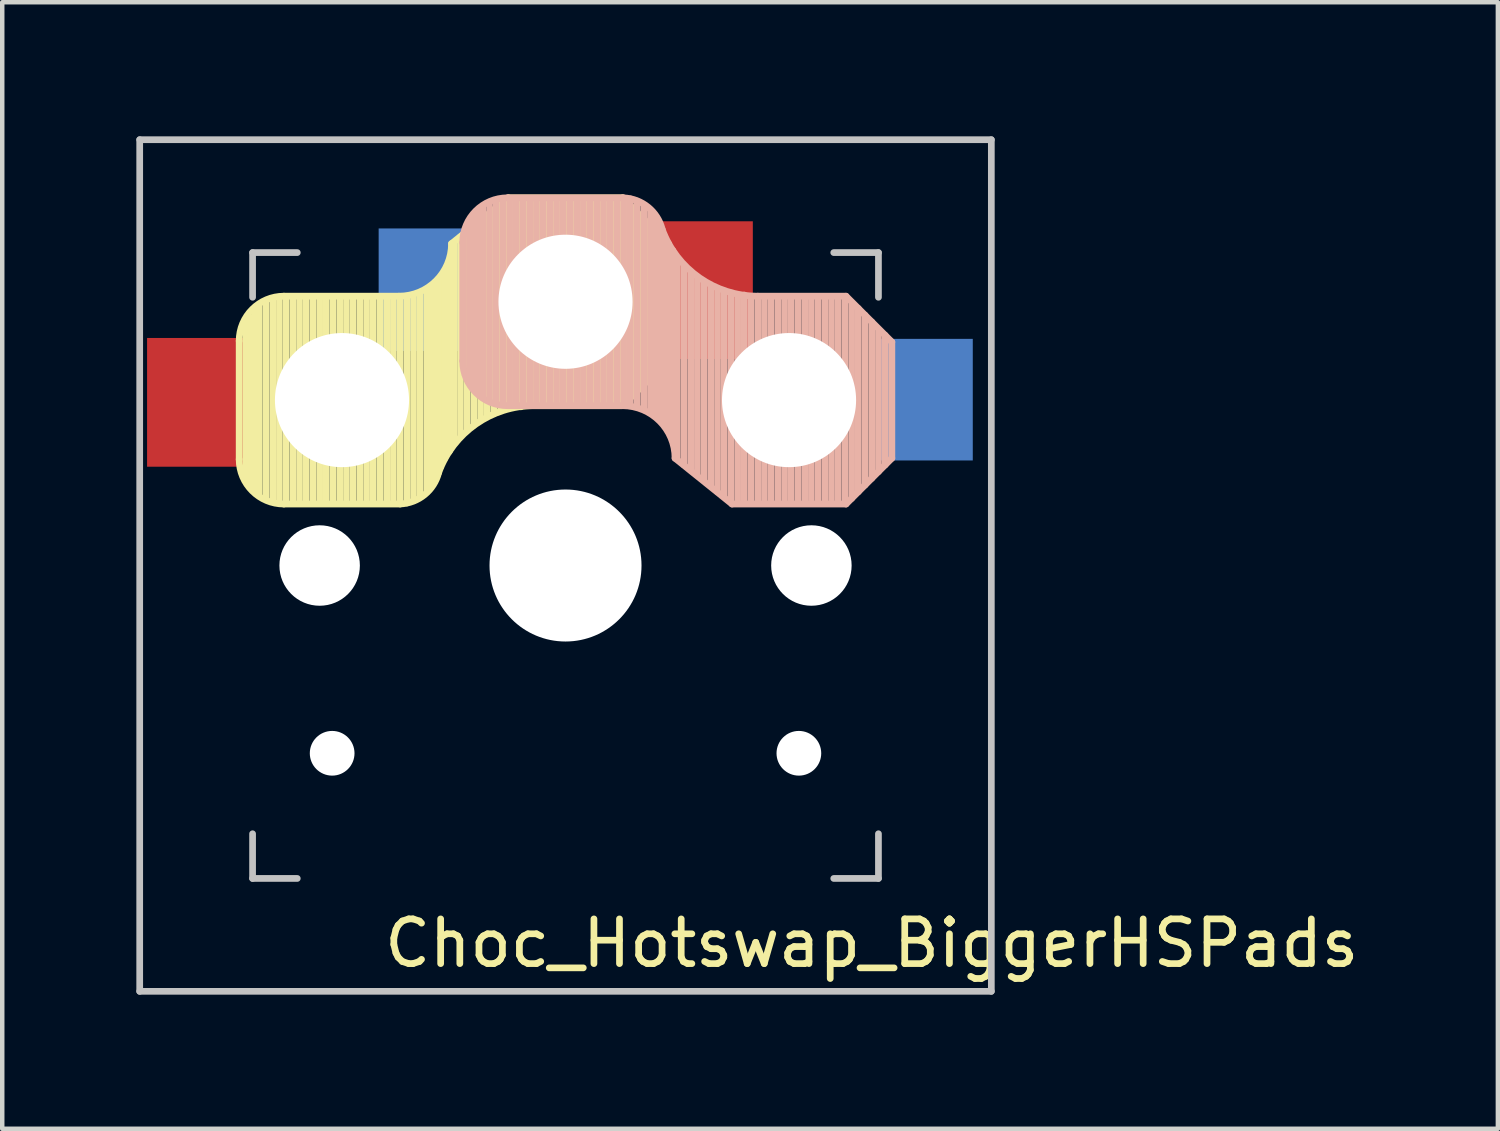
<source format=kicad_pcb>
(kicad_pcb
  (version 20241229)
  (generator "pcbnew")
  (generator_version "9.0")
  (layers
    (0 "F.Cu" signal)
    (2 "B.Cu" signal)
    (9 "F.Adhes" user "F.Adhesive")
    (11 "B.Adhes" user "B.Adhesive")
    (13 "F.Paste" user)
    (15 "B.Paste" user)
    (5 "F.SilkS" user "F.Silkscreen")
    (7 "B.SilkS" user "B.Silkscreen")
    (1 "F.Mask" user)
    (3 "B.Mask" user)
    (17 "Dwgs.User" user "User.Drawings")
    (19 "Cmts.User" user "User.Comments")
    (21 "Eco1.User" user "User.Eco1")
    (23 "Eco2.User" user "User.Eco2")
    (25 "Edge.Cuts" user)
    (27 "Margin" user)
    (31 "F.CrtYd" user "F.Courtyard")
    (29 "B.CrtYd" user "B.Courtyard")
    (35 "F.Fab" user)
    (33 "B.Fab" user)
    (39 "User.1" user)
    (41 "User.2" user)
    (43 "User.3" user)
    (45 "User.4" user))
  (footprint "Choc_Hotswap_BiggerHSPads"
    (layer "F.Cu")
    (at 9.6 9.6)
    (property "Reference" "Choc_Hotswap_BiggerHSPads" (at 6.85 8.45 0) (layer "F.SilkS") (effects (font (size 1 1) (thickness 0.15))))
    (attr through_hole)
    (fp_line (start -7.3 -5.025) (end -7.3 -2.375) (stroke (width 0.15) (type solid)) (layer "F.SilkS"))
    (fp_line (start -7.15 -1.95) (end -7.15 -5.5) (stroke (width 0.15) (type solid)) (layer "F.SilkS"))
    (fp_line (start -7.05 -1.8) (end -7.05 -5.55) (stroke (width 0.15) (type solid)) (layer "F.SilkS"))
    (fp_line (start -6.95 -1.7) (end -6.95 -5.65) (stroke (width 0.15) (type solid)) (layer "F.SilkS"))
    (fp_line (start -6.85 -1.6) (end -6.85 -5.8) (stroke (width 0.15) (type solid)) (layer "F.SilkS"))
    (fp_line (start -6.7 -1.5) (end -6.7 -5.9) (stroke (width 0.15) (type solid)) (layer "F.SilkS"))
    (fp_line (start -6.55 -1.45) (end -6.55 -5.95) (stroke (width 0.15) (type solid)) (layer "F.SilkS"))
    (fp_line (start -6.4 -1.4) (end -6.4 -5.95) (stroke (width 0.15) (type solid)) (layer "F.SilkS"))
    (fp_line (start -6.3 -6.025) (end -3.725 -6.025) (stroke (width 0.15) (type solid)) (layer "F.SilkS"))
    (fp_line (start -6.3 -1.375) (end -3.7 -1.375) (stroke (width 0.15) (type solid)) (layer "F.SilkS"))
    (fp_line (start -6.25 -1.4) (end -6.25 -6) (stroke (width 0.15) (type solid)) (layer "F.SilkS"))
    (fp_line (start -6.1 -1.4) (end -6.1 -6) (stroke (width 0.15) (type solid)) (layer "F.SilkS"))
    (fp_line (start -5.95 -1.4) (end -5.95 -6) (stroke (width 0.15) (type solid)) (layer "F.SilkS"))
    (fp_line (start -5.8 -1.4) (end -5.8 -6) (stroke (width 0.15) (type solid)) (layer "F.SilkS"))
    (fp_line (start -5.65 -1.4) (end -5.65 -6) (stroke (width 0.15) (type solid)) (layer "F.SilkS"))
    (fp_line (start -5.5 -1.4) (end -5.5 -6) (stroke (width 0.15) (type solid)) (layer "F.SilkS"))
    (fp_line (start -5.35 -1.4) (end -5.35 -6) (stroke (width 0.15) (type solid)) (layer "F.SilkS"))
    (fp_line (start -5.2 -1.4) (end -5.2 -6) (stroke (width 0.15) (type solid)) (layer "F.SilkS"))
    (fp_line (start -5.05 -1.4) (end -5.05 -6) (stroke (width 0.15) (type solid)) (layer "F.SilkS"))
    (fp_line (start -4.9 -1.4) (end -4.9 -6) (stroke (width 0.15) (type solid)) (layer "F.SilkS"))
    (fp_line (start -4.75 -1.4) (end -4.75 -6) (stroke (width 0.15) (type solid)) (layer "F.SilkS"))
    (fp_line (start -4.6 -1.4) (end -4.6 -6) (stroke (width 0.15) (type solid)) (layer "F.SilkS"))
    (fp_line (start -4.45 -1.4) (end -4.45 -6) (stroke (width 0.15) (type solid)) (layer "F.SilkS"))
    (fp_line (start -4.3 -1.4) (end -4.3 -6) (stroke (width 0.15) (type solid)) (layer "F.SilkS"))
    (fp_line (start -4.15 -1.4) (end -4.15 -6) (stroke (width 0.15) (type solid)) (layer "F.SilkS"))
    (fp_line (start -4 -1.4) (end -4 -6) (stroke (width 0.15) (type solid)) (layer "F.SilkS"))
    (fp_line (start -3.85 -1.4) (end -3.85 -5.95) (stroke (width 0.15) (type solid)) (layer "F.SilkS"))
    (fp_line (start -3.7 -1.4) (end -3.7 -6) (stroke (width 0.15) (type solid)) (layer "F.SilkS"))
    (fp_line (start -3.55 -1.4) (end -3.55 -6) (stroke (width 0.15) (type solid)) (layer "F.SilkS"))
    (fp_line (start -3.4 -1.45) (end -3.4 -6) (stroke (width 0.15) (type solid)) (layer "F.SilkS"))
    (fp_line (start -3.25 -1.55) (end -3.25 -6.1) (stroke (width 0.15) (type solid)) (layer "F.SilkS"))
    (fp_line (start -3.1 -1.65) (end -3.1 -6.15) (stroke (width 0.15) (type solid)) (layer "F.SilkS"))
    (fp_line (start -3 -1.8) (end -3 -6.2) (stroke (width 0.15) (type solid)) (layer "F.SilkS"))
    (fp_line (start -2.9 -2.05) (end -2.9 -6.25) (stroke (width 0.15) (type solid)) (layer "F.SilkS"))
    (fp_line (start -2.8 -2.2) (end -2.8 -6.35) (stroke (width 0.15) (type solid)) (layer "F.SilkS"))
    (fp_line (start -2.7 -2.4) (end -2.7 -6.55) (stroke (width 0.15) (type solid)) (layer "F.SilkS"))
    (fp_line (start -2.6 -2.55) (end -2.6 -6.7) (stroke (width 0.15) (type solid)) (layer "F.SilkS"))
    (fp_line (start -2.5 -2.75) (end -2.5 -7.2) (stroke (width 0.15) (type solid)) (layer "F.SilkS"))
    (fp_line (start -2.35 -2.9) (end -2.35 -7.35) (stroke (width 0.15) (type solid)) (layer "F.SilkS"))
    (fp_line (start -2.2 -3.05) (end -2.2 -7.45) (stroke (width 0.15) (type solid)) (layer "F.SilkS"))
    (fp_line (start -2.05 -3.15) (end -2.05 -7.55) (stroke (width 0.15) (type solid)) (layer "F.SilkS"))
    (fp_line (start -1.9 -3.25) (end -1.9 -7.7) (stroke (width 0.15) (type solid)) (layer "F.SilkS"))
    (fp_line (start -1.75 -3.35) (end -1.75 -7.8) (stroke (width 0.15) (type solid)) (layer "F.SilkS"))
    (fp_line (start -1.6 -3.4) (end -1.6 -7.95) (stroke (width 0.15) (type solid)) (layer "F.SilkS"))
    (fp_line (start -1.45 -3.5) (end -1.45 -8.05) (stroke (width 0.15) (type solid)) (layer "F.SilkS"))
    (fp_line (start -1.3 -3.55) (end -1.3 -8.15) (stroke (width 0.15) (type solid)) (layer "F.SilkS"))
    (fp_line (start -1.275 -8.225) (end -2.55 -7.2) (stroke (width 0.15) (type solid)) (layer "F.SilkS"))
    (fp_line (start -1.275 -8.225) (end 1.275 -8.225) (stroke (width 0.15) (type solid)) (layer "F.SilkS"))
    (fp_line (start -1.15 -3.55) (end -1.15 -8.2) (stroke (width 0.15) (type solid)) (layer "F.SilkS"))
    (fp_line (start -1 -3.55) (end -1 -8.2) (stroke (width 0.15) (type solid)) (layer "F.SilkS"))
    (fp_line (start -0.85 -3.6) (end -0.85 -8.15) (stroke (width 0.15) (type solid)) (layer "F.SilkS"))
    (fp_line (start -0.7 -3.6) (end -0.7 -8.2) (stroke (width 0.15) (type solid)) (layer "F.SilkS"))
    (fp_line (start -0.7 -3.575) (end 1.275 -3.575) (stroke (width 0.15) (type solid)) (layer "F.SilkS"))
    (fp_line (start -0.55 -3.6) (end -0.55 -8.2) (stroke (width 0.15) (type solid)) (layer "F.SilkS"))
    (fp_line (start -0.4 -3.6) (end -0.4 -8.2) (stroke (width 0.15) (type solid)) (layer "F.SilkS"))
    (fp_line (start -0.25 -3.6) (end -0.25 -8.2) (stroke (width 0.15) (type solid)) (layer "F.SilkS"))
    (fp_line (start -0.1 -3.6) (end -0.1 -8.2) (stroke (width 0.15) (type solid)) (layer "F.SilkS"))
    (fp_line (start 0.05 -3.6) (end 0.05 -8.2) (stroke (width 0.15) (type solid)) (layer "F.SilkS"))
    (fp_line (start 0.2 -3.6) (end 0.2 -8.2) (stroke (width 0.15) (type solid)) (layer "F.SilkS"))
    (fp_line (start 0.35 -3.6) (end 0.35 -8.2) (stroke (width 0.15) (type solid)) (layer "F.SilkS"))
    (fp_line (start 0.5 -3.6) (end 0.5 -8.2) (stroke (width 0.15) (type solid)) (layer "F.SilkS"))
    (fp_line (start 0.65 -3.6) (end 0.65 -8.2) (stroke (width 0.15) (type solid)) (layer "F.SilkS"))
    (fp_line (start 0.8 -3.6) (end 0.8 -8.2) (stroke (width 0.15) (type solid)) (layer "F.SilkS"))
    (fp_line (start 0.95 -3.6) (end 0.95 -8.2) (stroke (width 0.15) (type solid)) (layer "F.SilkS"))
    (fp_line (start 1.1 -3.6) (end 1.1 -8.2) (stroke (width 0.15) (type solid)) (layer "F.SilkS"))
    (fp_line (start 1.25 -3.6) (end 1.25 -8.2) (stroke (width 0.15) (type solid)) (layer "F.SilkS"))
    (fp_line (start 1.4 -3.75) (end 1.4 -8.1) (stroke (width 0.15) (type solid)) (layer "F.SilkS"))
    (fp_line (start 1.55 -3.85) (end 1.55 -7.95) (stroke (width 0.15) (type solid)) (layer "F.SilkS"))
    (fp_line (start 1.7 -4) (end 1.7 -7.8) (stroke (width 0.15) (type solid)) (layer "F.SilkS"))
    (fp_line (start 1.85 -4.15) (end 1.85 -7.65) (stroke (width 0.15) (type solid)) (layer "F.SilkS"))
    (fp_line (start 2 -4.35) (end 2 -7.5) (stroke (width 0.15) (type solid)) (layer "F.SilkS"))
    (fp_line (start 2.15 -4.45) (end 2.15 -7.35) (stroke (width 0.15) (type solid)) (layer "F.SilkS"))
    (fp_line (start 2.3 -7.2) (end 1.275 -8.225) (stroke (width 0.15) (type solid)) (layer "F.SilkS"))
    (fp_line (start 2.3 -7.2) (end 2.3 -4.6) (stroke (width 0.15) (type solid)) (layer "F.SilkS"))
    (fp_line (start 2.3 -4.6) (end 1.275 -3.575) (stroke (width 0.15) (type solid)) (layer "F.SilkS"))
    (fp_arc (start -7.3 -5.025) (mid -7.007107 -5.732107) (end -6.3 -6.025) (stroke (width 0.15) (type solid)) (layer "F.SilkS"))
    (fp_arc (start -6.3 -1.375) (mid -7.007107 -1.667893) (end -7.3 -2.375) (stroke (width 0.15) (type solid)) (layer "F.SilkS"))
    (fp_arc (start -2.837801 -2.078096) (mid -3.151716 -1.583979) (end -3.699005 -1.376209) (stroke (width 0.15) (type solid)) (layer "F.SilkS"))
    (fp_arc (start -2.837801 -2.078096) (mid -2.004887 -3.163571) (end -0.7 -3.575) (stroke (width 0.15) (type solid)) (layer "F.SilkS"))
    (fp_arc (start -2.55 -7.2) (mid -2.89415 -6.36915) (end -3.725 -6.025) (stroke (width 0.15) (type solid)) (layer "F.SilkS"))
    (fp_line (start -2.3 -4.575) (end -2.3 -7.225) (stroke (width 0.15) (type solid)) (layer "B.SilkS"))
    (fp_line (start -2.15 -7.65) (end -2.15 -4.1) (stroke (width 0.15) (type solid)) (layer "B.SilkS"))
    (fp_line (start -2.05 -7.8) (end -2.05 -4.05) (stroke (width 0.15) (type solid)) (layer "B.SilkS"))
    (fp_line (start -1.95 -7.9) (end -1.95 -3.95) (stroke (width 0.15) (type solid)) (layer "B.SilkS"))
    (fp_line (start -1.85 -8) (end -1.85 -3.8) (stroke (width 0.15) (type solid)) (layer "B.SilkS"))
    (fp_line (start -1.7 -8.1) (end -1.7 -3.7) (stroke (width 0.15) (type solid)) (layer "B.SilkS"))
    (fp_line (start -1.55 -8.15) (end -1.55 -3.65) (stroke (width 0.15) (type solid)) (layer "B.SilkS"))
    (fp_line (start -1.4 -8.2) (end -1.4 -3.65) (stroke (width 0.15) (type solid)) (layer "B.SilkS"))
    (fp_line (start -1.3 -8.225) (end 1.3 -8.225) (stroke (width 0.15) (type solid)) (layer "B.SilkS"))
    (fp_line (start -1.3 -3.575) (end 1.275 -3.575) (stroke (width 0.15) (type solid)) (layer "B.SilkS"))
    (fp_line (start -1.25 -8.2) (end -1.25 -3.6) (stroke (width 0.15) (type solid)) (layer "B.SilkS"))
    (fp_line (start -1.1 -8.2) (end -1.1 -3.6) (stroke (width 0.15) (type solid)) (layer "B.SilkS"))
    (fp_line (start -0.95 -8.2) (end -0.95 -3.6) (stroke (width 0.15) (type solid)) (layer "B.SilkS"))
    (fp_line (start -0.8 -8.2) (end -0.8 -3.6) (stroke (width 0.15) (type solid)) (layer "B.SilkS"))
    (fp_line (start -0.65 -8.2) (end -0.65 -3.6) (stroke (width 0.15) (type solid)) (layer "B.SilkS"))
    (fp_line (start -0.5 -8.2) (end -0.5 -3.6) (stroke (width 0.15) (type solid)) (layer "B.SilkS"))
    (fp_line (start -0.35 -8.2) (end -0.35 -3.6) (stroke (width 0.15) (type solid)) (layer "B.SilkS"))
    (fp_line (start -0.2 -8.2) (end -0.2 -3.6) (stroke (width 0.15) (type solid)) (layer "B.SilkS"))
    (fp_line (start -0.05 -8.2) (end -0.05 -3.6) (stroke (width 0.15) (type solid)) (layer "B.SilkS"))
    (fp_line (start 0.1 -8.2) (end 0.1 -3.6) (stroke (width 0.15) (type solid)) (layer "B.SilkS"))
    (fp_line (start 0.25 -8.2) (end 0.25 -3.6) (stroke (width 0.15) (type solid)) (layer "B.SilkS"))
    (fp_line (start 0.4 -8.2) (end 0.4 -3.6) (stroke (width 0.15) (type solid)) (layer "B.SilkS"))
    (fp_line (start 0.55 -8.2) (end 0.55 -3.6) (stroke (width 0.15) (type solid)) (layer "B.SilkS"))
    (fp_line (start 0.7 -8.2) (end 0.7 -3.6) (stroke (width 0.15) (type solid)) (layer "B.SilkS"))
    (fp_line (start 0.85 -8.2) (end 0.85 -3.6) (stroke (width 0.15) (type solid)) (layer "B.SilkS"))
    (fp_line (start 1 -8.2) (end 1 -3.6) (stroke (width 0.15) (type solid)) (layer "B.SilkS"))
    (fp_line (start 1.15 -8.2) (end 1.15 -3.65) (stroke (width 0.15) (type solid)) (layer "B.SilkS"))
    (fp_line (start 1.3 -8.2) (end 1.3 -3.6) (stroke (width 0.15) (type solid)) (layer "B.SilkS"))
    (fp_line (start 1.45 -8.2) (end 1.45 -3.6) (stroke (width 0.15) (type solid)) (layer "B.SilkS"))
    (fp_line (start 1.6 -8.15) (end 1.6 -3.6) (stroke (width 0.15) (type solid)) (layer "B.SilkS"))
    (fp_line (start 1.75 -8.05) (end 1.75 -3.5) (stroke (width 0.15) (type solid)) (layer "B.SilkS"))
    (fp_line (start 1.9 -7.95) (end 1.9 -3.45) (stroke (width 0.15) (type solid)) (layer "B.SilkS"))
    (fp_line (start 2 -7.8) (end 2 -3.4) (stroke (width 0.15) (type solid)) (layer "B.SilkS"))
    (fp_line (start 2.1 -7.55) (end 2.1 -3.35) (stroke (width 0.15) (type solid)) (layer "B.SilkS"))
    (fp_line (start 2.2 -7.4) (end 2.2 -3.25) (stroke (width 0.15) (type solid)) (layer "B.SilkS"))
    (fp_line (start 2.3 -7.2) (end 2.3 -3.05) (stroke (width 0.15) (type solid)) (layer "B.SilkS"))
    (fp_line (start 2.4 -7.05) (end 2.4 -2.9) (stroke (width 0.15) (type solid)) (layer "B.SilkS"))
    (fp_line (start 2.5 -6.85) (end 2.5 -2.4) (stroke (width 0.15) (type solid)) (layer "B.SilkS"))
    (fp_line (start 2.65 -6.7) (end 2.65 -2.25) (stroke (width 0.15) (type solid)) (layer "B.SilkS"))
    (fp_line (start 2.8 -6.55) (end 2.8 -2.15) (stroke (width 0.15) (type solid)) (layer "B.SilkS"))
    (fp_line (start 2.95 -6.45) (end 2.95 -2.05) (stroke (width 0.15) (type solid)) (layer "B.SilkS"))
    (fp_line (start 3.1 -6.35) (end 3.1 -1.9) (stroke (width 0.15) (type solid)) (layer "B.SilkS"))
    (fp_line (start 3.25 -6.25) (end 3.25 -1.8) (stroke (width 0.15) (type solid)) (layer "B.SilkS"))
    (fp_line (start 3.4 -6.2) (end 3.4 -1.65) (stroke (width 0.15) (type solid)) (layer "B.SilkS"))
    (fp_line (start 3.55 -6.1) (end 3.55 -1.55) (stroke (width 0.15) (type solid)) (layer "B.SilkS"))
    (fp_line (start 3.7 -6.05) (end 3.7 -1.45) (stroke (width 0.15) (type solid)) (layer "B.SilkS"))
    (fp_line (start 3.725 -1.375) (end 2.45 -2.4) (stroke (width 0.15) (type solid)) (layer "B.SilkS"))
    (fp_line (start 3.725 -1.375) (end 6.275 -1.375) (stroke (width 0.15) (type solid)) (layer "B.SilkS"))
    (fp_line (start 3.85 -6.05) (end 3.85 -1.4) (stroke (width 0.15) (type solid)) (layer "B.SilkS"))
    (fp_line (start 4 -6.05) (end 4 -1.4) (stroke (width 0.15) (type solid)) (layer "B.SilkS"))
    (fp_line (start 4.15 -6) (end 4.15 -1.45) (stroke (width 0.15) (type solid)) (layer "B.SilkS"))
    (fp_line (start 4.3 -6.025) (end 6.275 -6.025) (stroke (width 0.15) (type solid)) (layer "B.SilkS"))
    (fp_line (start 4.3 -6) (end 4.3 -1.4) (stroke (width 0.15) (type solid)) (layer "B.SilkS"))
    (fp_line (start 4.45 -6) (end 4.45 -1.4) (stroke (width 0.15) (type solid)) (layer "B.SilkS"))
    (fp_line (start 4.6 -6) (end 4.6 -1.4) (stroke (width 0.15) (type solid)) (layer "B.SilkS"))
    (fp_line (start 4.75 -6) (end 4.75 -1.4) (stroke (width 0.15) (type solid)) (layer "B.SilkS"))
    (fp_line (start 4.9 -6) (end 4.9 -1.4) (stroke (width 0.15) (type solid)) (layer "B.SilkS"))
    (fp_line (start 5.05 -6) (end 5.05 -1.4) (stroke (width 0.15) (type solid)) (layer "B.SilkS"))
    (fp_line (start 5.2 -6) (end 5.2 -1.4) (stroke (width 0.15) (type solid)) (layer "B.SilkS"))
    (fp_line (start 5.35 -6) (end 5.35 -1.4) (stroke (width 0.15) (type solid)) (layer "B.SilkS"))
    (fp_line (start 5.5 -6) (end 5.5 -1.4) (stroke (width 0.15) (type solid)) (layer "B.SilkS"))
    (fp_line (start 5.65 -6) (end 5.65 -1.4) (stroke (width 0.15) (type solid)) (layer "B.SilkS"))
    (fp_line (start 5.8 -6) (end 5.8 -1.4) (stroke (width 0.15) (type solid)) (layer "B.SilkS"))
    (fp_line (start 5.95 -6) (end 5.95 -1.4) (stroke (width 0.15) (type solid)) (layer "B.SilkS"))
    (fp_line (start 6.1 -6) (end 6.1 -1.4) (stroke (width 0.15) (type solid)) (layer "B.SilkS"))
    (fp_line (start 6.25 -6) (end 6.25 -1.4) (stroke (width 0.15) (type solid)) (layer "B.SilkS"))
    (fp_line (start 6.4 -5.85) (end 6.4 -1.5) (stroke (width 0.15) (type solid)) (layer "B.SilkS"))
    (fp_line (start 6.55 -5.75) (end 6.55 -1.65) (stroke (width 0.15) (type solid)) (layer "B.SilkS"))
    (fp_line (start 6.7 -5.6) (end 6.7 -1.8) (stroke (width 0.15) (type solid)) (layer "B.SilkS"))
    (fp_line (start 6.85 -5.45) (end 6.85 -1.95) (stroke (width 0.15) (type solid)) (layer "B.SilkS"))
    (fp_line (start 7 -5.25) (end 7 -2.1) (stroke (width 0.15) (type solid)) (layer "B.SilkS"))
    (fp_line (start 7.15 -5.15) (end 7.15 -2.25) (stroke (width 0.15) (type solid)) (layer "B.SilkS"))
    (fp_line (start 7.3 -5) (end 6.275 -6.025) (stroke (width 0.15) (type solid)) (layer "B.SilkS"))
    (fp_line (start 7.3 -2.4) (end 6.275 -1.375) (stroke (width 0.15) (type solid)) (layer "B.SilkS"))
    (fp_line (start 7.3 -2.4) (end 7.3 -5) (stroke (width 0.15) (type solid)) (layer "B.SilkS"))
    (fp_arc (start -2.3 -7.225) (mid -2.007107 -7.932107) (end -1.3 -8.225) (stroke (width 0.15) (type solid)) (layer "B.SilkS"))
    (fp_arc (start -1.3 -3.575) (mid -2.007107 -3.867893) (end -2.3 -4.575) (stroke (width 0.15) (type solid)) (layer "B.SilkS"))
    (fp_arc (start 1.275 -3.575) (mid 2.10585 -3.23085) (end 2.45 -2.4) (stroke (width 0.15) (type solid)) (layer "B.SilkS"))
    (fp_arc (start 1.300995 -8.223791) (mid 1.848286 -8.016021) (end 2.162199 -7.521904) (stroke (width 0.15) (type solid)) (layer "B.SilkS"))
    (fp_arc (start 4.3 -6.025) (mid 2.995114 -6.436429) (end 2.162199 -7.521904) (stroke (width 0.15) (type solid)) (layer "B.SilkS"))
    (fp_line (start -9.525 -9.525) (end 9.525 -9.525) (stroke (width 0.15) (type solid)) (layer "Dwgs.User"))
    (fp_line (start -9.525 9.525) (end -9.525 -9.525) (stroke (width 0.15) (type solid)) (layer "Dwgs.User"))
    (fp_line (start -7 -7) (end -7 -6) (stroke (width 0.15) (type solid)) (layer "Dwgs.User"))
    (fp_line (start -7 6) (end -7 7) (stroke (width 0.15) (type solid)) (layer "Dwgs.User"))
    (fp_line (start -7 7) (end -6 7) (stroke (width 0.15) (type solid)) (layer "Dwgs.User"))
    (fp_line (start -6 -7) (end -7 -7) (stroke (width 0.15) (type solid)) (layer "Dwgs.User"))
    (fp_line (start 6 -7) (end 7 -7) (stroke (width 0.15) (type solid)) (layer "Dwgs.User"))
    (fp_line (start 7 -7) (end 7 -6) (stroke (width 0.15) (type solid)) (layer "Dwgs.User"))
    (fp_line (start 7 6) (end 7 7) (stroke (width 0.15) (type solid)) (layer "Dwgs.User"))
    (fp_line (start 7 7) (end 6 7) (stroke (width 0.15) (type solid)) (layer "Dwgs.User"))
    (fp_line (start 9.525 -9.525) (end 9.525 9.525) (stroke (width 0.15) (type solid)) (layer "Dwgs.User"))
    (fp_line (start 9.525 9.525) (end -9.525 9.525) (stroke (width 0.15) (type solid)) (layer "Dwgs.User"))
    (pad "" np_thru_hole circle (at -5.5 0 270) (size 1.8 1.8) (drill 1.8) (layers "*.Cu" "*.Mask"))
    (pad "" np_thru_hole circle (at -5.22 4.2) (size 1 1) (drill 1) (layers "*.Cu" "*.Mask"))
    (pad "" np_thru_hole circle (at -5 -3.7 90) (size 3 3) (drill 3) (layers "*.Cu" "*.Mask"))
    (pad "" np_thru_hole circle (at 0 -5.9 270) (size 3 3) (drill 3) (layers "*.Cu" "*.Mask"))
    (pad "" np_thru_hole circle (at 0 0 270) (size 3.4 3.4) (drill 3.4) (layers "*.Cu" "*.Mask"))
    (pad "" np_thru_hole circle (at 5 -3.7 270) (size 3 3) (drill 3) (layers "*.Cu" "*.Mask"))
    (pad "" np_thru_hole circle (at 5.22 4.2) (size 1 1) (drill 1) (layers "*.Cu" "*.Mask"))
    (pad "" np_thru_hole circle (at 5.5 0 270) (size 1.8 1.8) (drill 1.8) (layers "*.Cu" "*.Mask"))
    (pad "5" smd rect (at -3.09 -6.17) (size 2.18 2.74) (layers "B.Cu" "B.Mask" "B.Paste"))
    (pad "5" smd rect (at 3.095 -6.16) (size 2.19 3.08) (layers "F.Cu" "F.Mask" "F.Paste"))
    (pad "6" smd rect (at -8.255 -3.65) (size 2.21 2.88) (layers "F.Cu" "F.Mask" "F.Paste"))
    (pad "6" smd rect (at 8.055 -3.71) (size 2.11 2.72) (layers "B.Cu" "B.Mask" "B.Paste")))
  (gr_rect
    (start -3 -3)
    (end 30.456 22.2)
    (stroke (width 0.1) (type default))
    (fill no)
    (layer "Edge.Cuts")))
</source>
